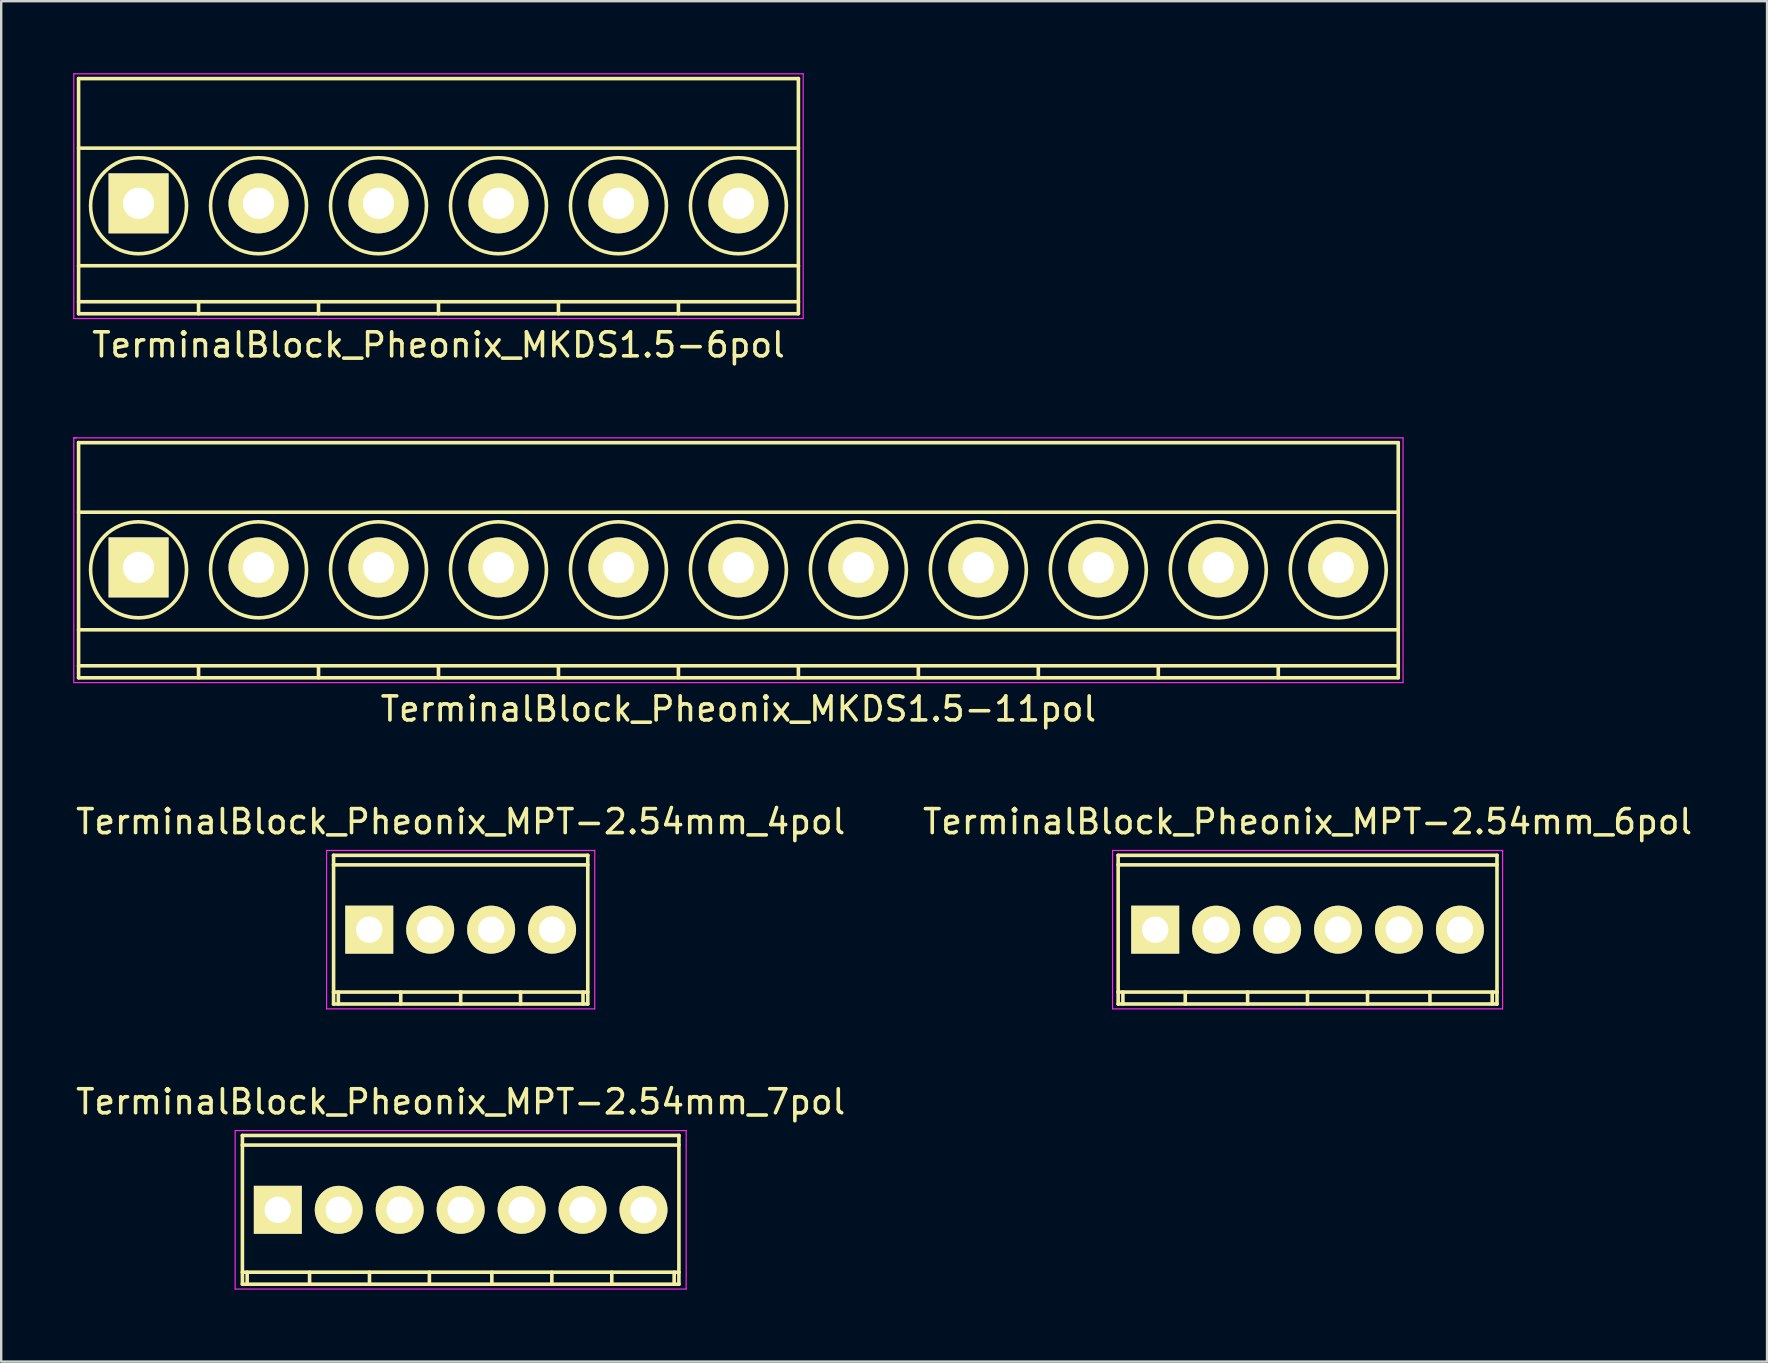
<source format=kicad_pcb>
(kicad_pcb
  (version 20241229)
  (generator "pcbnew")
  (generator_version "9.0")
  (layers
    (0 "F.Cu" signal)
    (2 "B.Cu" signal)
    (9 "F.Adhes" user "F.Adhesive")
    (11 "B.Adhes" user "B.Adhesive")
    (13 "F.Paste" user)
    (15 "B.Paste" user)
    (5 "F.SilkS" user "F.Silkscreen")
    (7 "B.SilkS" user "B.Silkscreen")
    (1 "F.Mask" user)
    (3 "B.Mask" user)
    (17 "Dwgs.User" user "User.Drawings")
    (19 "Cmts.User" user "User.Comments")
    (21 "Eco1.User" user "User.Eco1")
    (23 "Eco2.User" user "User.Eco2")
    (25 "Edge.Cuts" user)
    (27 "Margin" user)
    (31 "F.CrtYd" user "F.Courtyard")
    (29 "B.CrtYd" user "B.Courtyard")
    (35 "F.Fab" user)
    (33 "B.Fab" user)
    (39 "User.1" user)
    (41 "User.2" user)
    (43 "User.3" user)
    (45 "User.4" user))
  (footprint "TerminalBlock_Pheonix_MKDS1.5-11pol"
    (layer "F.Cu")
    (at 2.725 20.598)
    (property "Reference" "TerminalBlock_Pheonix_MKDS1.5-11pol" (at 25 5.9 0) (layer "F.SilkS") (effects (font (size 1 1) (thickness 0.15))))
    (attr through_hole)
    (fp_line (start -2.5 -5.2) (end -2.5 4.6) (stroke (width 0.15) (type solid)) (layer "F.SilkS"))
    (fp_line (start -2.5 -2.3) (end 52.5 -2.3) (stroke (width 0.15) (type solid)) (layer "F.SilkS"))
    (fp_line (start -2.5 2.6) (end 52.5 2.6) (stroke (width 0.15) (type solid)) (layer "F.SilkS"))
    (fp_line (start -2.5 4.1) (end 52.5 4.1) (stroke (width 0.15) (type solid)) (layer "F.SilkS"))
    (fp_line (start -2.5 4.6) (end 52.5 4.6) (stroke (width 0.15) (type solid)) (layer "F.SilkS"))
    (fp_line (start 2.5 4.1) (end 2.5 4.6) (stroke (width 0.15) (type solid)) (layer "F.SilkS"))
    (fp_line (start 7.5 4.1) (end 7.5 4.6) (stroke (width 0.15) (type solid)) (layer "F.SilkS"))
    (fp_line (start 12.5 4.1) (end 12.5 4.6) (stroke (width 0.15) (type solid)) (layer "F.SilkS"))
    (fp_line (start 17.5 4.1) (end 17.5 4.6) (stroke (width 0.15) (type solid)) (layer "F.SilkS"))
    (fp_line (start 22.5 4.1) (end 22.5 4.6) (stroke (width 0.15) (type solid)) (layer "F.SilkS"))
    (fp_line (start 27.5 4.1) (end 27.5 4.6) (stroke (width 0.15) (type solid)) (layer "F.SilkS"))
    (fp_line (start 32.5 4.1) (end 32.5 4.6) (stroke (width 0.15) (type solid)) (layer "F.SilkS"))
    (fp_line (start 37.5 4.1) (end 37.5 4.6) (stroke (width 0.15) (type solid)) (layer "F.SilkS"))
    (fp_line (start 42.5 4.1) (end 42.5 4.6) (stroke (width 0.15) (type solid)) (layer "F.SilkS"))
    (fp_line (start 47.5 4.1) (end 47.5 4.6) (stroke (width 0.15) (type solid)) (layer "F.SilkS"))
    (fp_line (start 52.5 -5.2) (end -2.5 -5.2) (stroke (width 0.15) (type solid)) (layer "F.SilkS"))
    (fp_line (start 52.5 4.6) (end 52.5 -5.2) (stroke (width 0.15) (type solid)) (layer "F.SilkS"))
    (fp_circle (center 0 0.1) (end 2 0.1) (stroke (width 0.15) (type solid)) (fill no) (layer "F.SilkS"))
    (fp_circle (center 5 0.1) (end 3 0.1) (stroke (width 0.15) (type solid)) (fill no) (layer "F.SilkS"))
    (fp_circle (center 10 0.1) (end 8 0.1) (stroke (width 0.15) (type solid)) (fill no) (layer "F.SilkS"))
    (fp_circle (center 15 0.1) (end 13 0.1) (stroke (width 0.15) (type solid)) (fill no) (layer "F.SilkS"))
    (fp_circle (center 20 0.1) (end 18 0.1) (stroke (width 0.15) (type solid)) (fill no) (layer "F.SilkS"))
    (fp_circle (center 25 0.1) (end 23 0.1) (stroke (width 0.15) (type solid)) (fill no) (layer "F.SilkS"))
    (fp_circle (center 30 0.1) (end 28 0.1) (stroke (width 0.15) (type solid)) (fill no) (layer "F.SilkS"))
    (fp_circle (center 35 0.1) (end 33 0.1) (stroke (width 0.15) (type solid)) (fill no) (layer "F.SilkS"))
    (fp_circle (center 40 0.1) (end 38 0.1) (stroke (width 0.15) (type solid)) (fill no) (layer "F.SilkS"))
    (fp_circle (center 45 0.1) (end 43 0.1) (stroke (width 0.15) (type solid)) (fill no) (layer "F.SilkS"))
    (fp_circle (center 50 0.1) (end 48 0.1) (stroke (width 0.15) (type solid)) (fill no) (layer "F.SilkS"))
    (fp_line (start -2.7 -5.4) (end -2.7 4.8) (stroke (width 0.05) (type solid)) (layer "F.CrtYd"))
    (fp_line (start -2.7 -5.4) (end -2.6 -5.4) (stroke (width 0.05) (type solid)) (layer "F.CrtYd"))
    (fp_line (start -2.7 4.8) (end 52.7 4.8) (stroke (width 0.05) (type solid)) (layer "F.CrtYd"))
    (fp_line (start -2.6 -5.4) (end -2.7 -5.4) (stroke (width 0.05) (type solid)) (layer "F.CrtYd"))
    (fp_line (start 52.7 -5.4) (end -2.6 -5.4) (stroke (width 0.05) (type solid)) (layer "F.CrtYd"))
    (fp_line (start 52.7 4.8) (end 52.7 -5.4) (stroke (width 0.05) (type solid)) (layer "F.CrtYd"))
    (pad "1" thru_hole rect (at 0 0) (size 2.5 2.5) (drill 1.3) (layers "*.Cu" "*.Mask" "F.SilkS"))
    (pad "2" thru_hole circle (at 5 0) (size 2.5 2.5) (drill 1.3) (layers "*.Cu" "*.Mask" "F.SilkS"))
    (pad "3" thru_hole circle (at 10 0) (size 2.5 2.5) (drill 1.3) (layers "*.Cu" "*.Mask" "F.SilkS"))
    (pad "4" thru_hole circle (at 15 0) (size 2.5 2.5) (drill 1.3) (layers "*.Cu" "*.Mask" "F.SilkS"))
    (pad "5" thru_hole circle (at 20 0) (size 2.5 2.5) (drill 1.3) (layers "*.Cu" "*.Mask" "F.SilkS"))
    (pad "6" thru_hole circle (at 25 0) (size 2.5 2.5) (drill 1.3) (layers "*.Cu" "*.Mask" "F.SilkS"))
    (pad "7" thru_hole circle (at 30 0) (size 2.5 2.5) (drill 1.3) (layers "*.Cu" "*.Mask" "F.SilkS"))
    (pad "8" thru_hole circle (at 35 0) (size 2.5 2.5) (drill 1.3) (layers "*.Cu" "*.Mask" "F.SilkS"))
    (pad "9" thru_hole circle (at 40 0) (size 2.5 2.5) (drill 1.3) (layers "*.Cu" "*.Mask" "F.SilkS"))
    (pad "10" thru_hole circle (at 45 0) (size 2.5 2.5) (drill 1.3) (layers "*.Cu" "*.Mask" "F.SilkS"))
    (pad "11" thru_hole circle (at 50 0) (size 2.5 2.5) (drill 1.3) (layers "*.Cu" "*.Mask" "F.SilkS")))
  (footprint "TerminalBlock_Pheonix_MPT-2.54mm_4pol"
    (layer "F.Cu")
    (at 12.339 35.696)
    (property "Reference" "TerminalBlock_Pheonix_MPT-2.54mm_4pol" (at 3.81 -4.501 0) (layer "F.SilkS") (effects (font (size 1 1) (thickness 0.15))))
    (attr through_hole)
    (fp_line (start -1.491 -2.7) (end 9.111 -2.7) (stroke (width 0.15) (type solid)) (layer "F.SilkS"))
    (fp_line (start -1.491 2.601) (end 9.111 2.601) (stroke (width 0.15) (type solid)) (layer "F.SilkS"))
    (fp_line (start -1.486 -3.099) (end -1.486 3.099) (stroke (width 0.15) (type solid)) (layer "F.SilkS"))
    (fp_line (start -1.288 3.099) (end -1.288 2.601) (stroke (width 0.15) (type solid)) (layer "F.SilkS"))
    (fp_line (start 1.313 3.099) (end 1.313 2.601) (stroke (width 0.15) (type solid)) (layer "F.SilkS"))
    (fp_line (start 3.81 2.601) (end 3.81 3.099) (stroke (width 0.15) (type solid)) (layer "F.SilkS"))
    (fp_line (start 6.307 2.601) (end 6.307 3.099) (stroke (width 0.15) (type solid)) (layer "F.SilkS"))
    (fp_line (start 8.91 2.601) (end 8.91 3.099) (stroke (width 0.15) (type solid)) (layer "F.SilkS"))
    (fp_line (start 9.108 3.099) (end 9.108 -3.099) (stroke (width 0.15) (type solid)) (layer "F.SilkS"))
    (fp_line (start 9.111 -3.099) (end -1.491 -3.099) (stroke (width 0.15) (type solid)) (layer "F.SilkS"))
    (fp_line (start 9.111 3.099) (end -1.491 3.099) (stroke (width 0.15) (type solid)) (layer "F.SilkS"))
    (fp_line (start -1.778 -3.302) (end 9.398 -3.302) (stroke (width 0.05) (type solid)) (layer "F.CrtYd"))
    (fp_line (start -1.778 3.302) (end -1.778 -3.302) (stroke (width 0.05) (type solid)) (layer "F.CrtYd"))
    (fp_line (start 9.398 -3.302) (end 9.398 3.302) (stroke (width 0.05) (type solid)) (layer "F.CrtYd"))
    (fp_line (start 9.398 3.302) (end -1.778 3.302) (stroke (width 0.05) (type solid)) (layer "F.CrtYd"))
    (pad "1" thru_hole rect (at 0 0 180) (size 1.999 1.999) (drill 1.097) (layers "*.Cu" "*.Mask" "F.SilkS"))
    (pad "2" thru_hole oval (at 2.54 0 180) (size 1.999 1.999) (drill 1.097) (layers "*.Cu" "*.Mask" "F.SilkS"))
    (pad "3" thru_hole oval (at 5.08 0 180) (size 1.999 1.999) (drill 1.097) (layers "*.Cu" "*.Mask" "F.SilkS"))
    (pad "4" thru_hole oval (at 7.62 0 180) (size 1.999 1.999) (drill 1.097) (layers "*.Cu" "*.Mask" "F.SilkS")))
  (footprint "TerminalBlock_Pheonix_MKDS1.5-6pol"
    (layer "F.Cu")
    (at 2.725 5.425)
    (property "Reference" "TerminalBlock_Pheonix_MKDS1.5-6pol" (at 12.5 5.9 0) (layer "F.SilkS") (effects (font (size 1 1) (thickness 0.15))))
    (attr through_hole)
    (fp_line (start -2.5 -5.2) (end -2.5 4.6) (stroke (width 0.15) (type solid)) (layer "F.SilkS"))
    (fp_line (start -2.5 -2.3) (end 27.5 -2.3) (stroke (width 0.15) (type solid)) (layer "F.SilkS"))
    (fp_line (start -2.5 2.6) (end 27.5 2.6) (stroke (width 0.15) (type solid)) (layer "F.SilkS"))
    (fp_line (start -2.5 4.1) (end 27.5 4.1) (stroke (width 0.15) (type solid)) (layer "F.SilkS"))
    (fp_line (start -2.5 4.6) (end 27.5 4.6) (stroke (width 0.15) (type solid)) (layer "F.SilkS"))
    (fp_line (start 2.5 4.1) (end 2.5 4.6) (stroke (width 0.15) (type solid)) (layer "F.SilkS"))
    (fp_line (start 7.5 4.1) (end 7.5 4.6) (stroke (width 0.15) (type solid)) (layer "F.SilkS"))
    (fp_line (start 12.5 4.1) (end 12.5 4.6) (stroke (width 0.15) (type solid)) (layer "F.SilkS"))
    (fp_line (start 17.5 4.1) (end 17.5 4.6) (stroke (width 0.15) (type solid)) (layer "F.SilkS"))
    (fp_line (start 22.5 4.1) (end 22.5 4.6) (stroke (width 0.15) (type solid)) (layer "F.SilkS"))
    (fp_line (start 27.5 -5.2) (end -2.5 -5.2) (stroke (width 0.15) (type solid)) (layer "F.SilkS"))
    (fp_line (start 27.5 4.6) (end 27.5 -5.2) (stroke (width 0.15) (type solid)) (layer "F.SilkS"))
    (fp_circle (center 0 0.1) (end 2 0.1) (stroke (width 0.15) (type solid)) (fill no) (layer "F.SilkS"))
    (fp_circle (center 5 0.1) (end 3 0.1) (stroke (width 0.15) (type solid)) (fill no) (layer "F.SilkS"))
    (fp_circle (center 10 0.1) (end 8 0.1) (stroke (width 0.15) (type solid)) (fill no) (layer "F.SilkS"))
    (fp_circle (center 15 0.1) (end 13 0.1) (stroke (width 0.15) (type solid)) (fill no) (layer "F.SilkS"))
    (fp_circle (center 20 0.1) (end 18 0.1) (stroke (width 0.15) (type solid)) (fill no) (layer "F.SilkS"))
    (fp_circle (center 25 0.1) (end 23 0.1) (stroke (width 0.15) (type solid)) (fill no) (layer "F.SilkS"))
    (fp_line (start -2.7 -5.4) (end 27.7 -5.4) (stroke (width 0.05) (type solid)) (layer "F.CrtYd"))
    (fp_line (start -2.7 4.8) (end -2.7 -5.4) (stroke (width 0.05) (type solid)) (layer "F.CrtYd"))
    (fp_line (start 27.7 -5.4) (end 27.7 4.8) (stroke (width 0.05) (type solid)) (layer "F.CrtYd"))
    (fp_line (start 27.7 4.8) (end -2.7 4.8) (stroke (width 0.05) (type solid)) (layer "F.CrtYd"))
    (pad "1" thru_hole rect (at 0 0) (size 2.5 2.5) (drill 1.3) (layers "*.Cu" "*.Mask" "F.SilkS"))
    (pad "2" thru_hole circle (at 5 0) (size 2.5 2.5) (drill 1.3) (layers "*.Cu" "*.Mask" "F.SilkS"))
    (pad "3" thru_hole circle (at 10 0) (size 2.5 2.5) (drill 1.3) (layers "*.Cu" "*.Mask" "F.SilkS"))
    (pad "4" thru_hole circle (at 15 0) (size 2.5 2.5) (drill 1.3) (layers "*.Cu" "*.Mask" "F.SilkS"))
    (pad "5" thru_hole circle (at 20 0) (size 2.5 2.5) (drill 1.3) (layers "*.Cu" "*.Mask" "F.SilkS"))
    (pad "6" thru_hole circle (at 25 0) (size 2.5 2.5) (drill 1.3) (layers "*.Cu" "*.Mask" "F.SilkS")))
  (footprint "TerminalBlock_Pheonix_MPT-2.54mm_6pol"
    (layer "F.Cu")
    (at 45.096 35.696)
    (property "Reference" "TerminalBlock_Pheonix_MPT-2.54mm_6pol" (at 6.35 -4.501 0) (layer "F.SilkS") (effects (font (size 1 1) (thickness 0.15))))
    (attr through_hole)
    (fp_line (start -1.549 3.099) (end 14.249 3.099) (stroke (width 0.15) (type solid)) (layer "F.SilkS"))
    (fp_line (start -1.544 -3.099) (end -1.544 3.099) (stroke (width 0.15) (type solid)) (layer "F.SilkS"))
    (fp_line (start -1.346 3.099) (end -1.346 2.601) (stroke (width 0.15) (type solid)) (layer "F.SilkS"))
    (fp_line (start 1.252 3.099) (end 1.252 2.601) (stroke (width 0.15) (type solid)) (layer "F.SilkS"))
    (fp_line (start 3.851 2.601) (end 3.851 3.099) (stroke (width 0.15) (type solid)) (layer "F.SilkS"))
    (fp_line (start 6.347 2.601) (end 6.347 3.099) (stroke (width 0.15) (type solid)) (layer "F.SilkS"))
    (fp_line (start 8.849 2.601) (end 8.849 3.099) (stroke (width 0.15) (type solid)) (layer "F.SilkS"))
    (fp_line (start 11.45 2.601) (end 11.45 3.099) (stroke (width 0.15) (type solid)) (layer "F.SilkS"))
    (fp_line (start 14.046 2.601) (end 14.046 3.099) (stroke (width 0.15) (type solid)) (layer "F.SilkS"))
    (fp_line (start 14.244 3.099) (end 14.244 -3.099) (stroke (width 0.15) (type solid)) (layer "F.SilkS"))
    (fp_line (start 14.249 -3.099) (end -1.549 -3.099) (stroke (width 0.15) (type solid)) (layer "F.SilkS"))
    (fp_line (start 14.249 -2.7) (end -1.549 -2.7) (stroke (width 0.15) (type solid)) (layer "F.SilkS"))
    (fp_line (start 14.249 2.601) (end -1.549 2.601) (stroke (width 0.15) (type solid)) (layer "F.SilkS"))
    (fp_line (start -1.778 -3.302) (end 14.478 -3.302) (stroke (width 0.05) (type solid)) (layer "F.CrtYd"))
    (fp_line (start -1.778 3.302) (end -1.778 -3.302) (stroke (width 0.05) (type solid)) (layer "F.CrtYd"))
    (fp_line (start 14.478 -3.302) (end 14.478 3.302) (stroke (width 0.05) (type solid)) (layer "F.CrtYd"))
    (fp_line (start 14.478 3.302) (end -1.778 3.302) (stroke (width 0.05) (type solid)) (layer "F.CrtYd"))
    (pad "1" thru_hole rect (at 0 0 180) (size 1.999 1.999) (drill 1.097) (layers "*.Cu" "*.Mask" "F.SilkS"))
    (pad "2" thru_hole oval (at 2.54 0 180) (size 1.999 1.999) (drill 1.097) (layers "*.Cu" "*.Mask" "F.SilkS"))
    (pad "3" thru_hole oval (at 5.08 0 180) (size 1.999 1.999) (drill 1.097) (layers "*.Cu" "*.Mask" "F.SilkS"))
    (pad "4" thru_hole oval (at 7.62 0 180) (size 1.999 1.999) (drill 1.097) (layers "*.Cu" "*.Mask" "F.SilkS"))
    (pad "5" thru_hole oval (at 10.16 0 180) (size 1.999 1.999) (drill 1.097) (layers "*.Cu" "*.Mask" "F.SilkS"))
    (pad "6" thru_hole oval (at 12.7 0 180) (size 1.999 1.999) (drill 1.097) (layers "*.Cu" "*.Mask" "F.SilkS")))
  (footprint "TerminalBlock_Pheonix_MPT-2.54mm_7pol"
    (layer "F.Cu")
    (at 8.529 47.372)
    (property "Reference" "TerminalBlock_Pheonix_MPT-2.54mm_7pol" (at 7.62 -4.501 0) (layer "F.SilkS") (effects (font (size 1 1) (thickness 0.15))))
    (attr through_hole)
    (fp_line (start -1.481 3.099) (end 16.721 3.099) (stroke (width 0.15) (type solid)) (layer "F.SilkS"))
    (fp_line (start -1.476 -3.099) (end -1.476 3.099) (stroke (width 0.15) (type solid)) (layer "F.SilkS"))
    (fp_line (start -1.278 3.099) (end -1.278 2.601) (stroke (width 0.15) (type solid)) (layer "F.SilkS"))
    (fp_line (start 1.323 3.099) (end 1.323 2.601) (stroke (width 0.15) (type solid)) (layer "F.SilkS"))
    (fp_line (start 3.82 2.601) (end 3.82 3.099) (stroke (width 0.15) (type solid)) (layer "F.SilkS"))
    (fp_line (start 6.317 2.601) (end 6.317 3.099) (stroke (width 0.15) (type solid)) (layer "F.SilkS"))
    (fp_line (start 8.92 2.601) (end 8.92 3.099) (stroke (width 0.15) (type solid)) (layer "F.SilkS"))
    (fp_line (start 11.42 2.601) (end 11.42 3.099) (stroke (width 0.15) (type solid)) (layer "F.SilkS"))
    (fp_line (start 13.919 2.601) (end 13.919 3.099) (stroke (width 0.15) (type solid)) (layer "F.SilkS"))
    (fp_line (start 16.518 2.601) (end 16.518 3.099) (stroke (width 0.15) (type solid)) (layer "F.SilkS"))
    (fp_line (start 16.716 3.099) (end 16.716 -3.099) (stroke (width 0.15) (type solid)) (layer "F.SilkS"))
    (fp_line (start 16.721 -3.099) (end -1.481 -3.099) (stroke (width 0.15) (type solid)) (layer "F.SilkS"))
    (fp_line (start 16.721 -2.7) (end -1.481 -2.7) (stroke (width 0.15) (type solid)) (layer "F.SilkS"))
    (fp_line (start 16.721 2.601) (end -1.481 2.601) (stroke (width 0.15) (type solid)) (layer "F.SilkS"))
    (fp_line (start -1.778 -3.302) (end 17.018 -3.302) (stroke (width 0.05) (type solid)) (layer "F.CrtYd"))
    (fp_line (start -1.778 3.302) (end -1.778 -3.302) (stroke (width 0.05) (type solid)) (layer "F.CrtYd"))
    (fp_line (start 17.018 -3.302) (end 17.018 3.302) (stroke (width 0.05) (type solid)) (layer "F.CrtYd"))
    (fp_line (start 17.018 3.302) (end -1.778 3.302) (stroke (width 0.05) (type solid)) (layer "F.CrtYd"))
    (pad "1" thru_hole rect (at 0 0 180) (size 1.999 1.999) (drill 1.097) (layers "*.Cu" "*.Mask" "F.SilkS"))
    (pad "2" thru_hole oval (at 2.54 0 180) (size 1.999 1.999) (drill 1.097) (layers "*.Cu" "*.Mask" "F.SilkS"))
    (pad "3" thru_hole oval (at 5.08 0 180) (size 1.999 1.999) (drill 1.097) (layers "*.Cu" "*.Mask" "F.SilkS"))
    (pad "4" thru_hole oval (at 7.62 0 180) (size 1.999 1.999) (drill 1.097) (layers "*.Cu" "*.Mask" "F.SilkS"))
    (pad "5" thru_hole oval (at 10.16 0 180) (size 1.999 1.999) (drill 1.097) (layers "*.Cu" "*.Mask" "F.SilkS"))
    (pad "6" thru_hole oval (at 12.7 0 180) (size 1.999 1.999) (drill 1.097) (layers "*.Cu" "*.Mask" "F.SilkS"))
    (pad "7" thru_hole oval (at 15.24 0 180) (size 1.999 1.999) (drill 1.097) (layers "*.Cu" "*.Mask" "F.SilkS")))
  (gr_rect
    (start -3 -3)
    (end 70.595 53.699)
    (stroke (width 0.1) (type default))
    (fill no)
    (layer "Edge.Cuts")))
</source>
